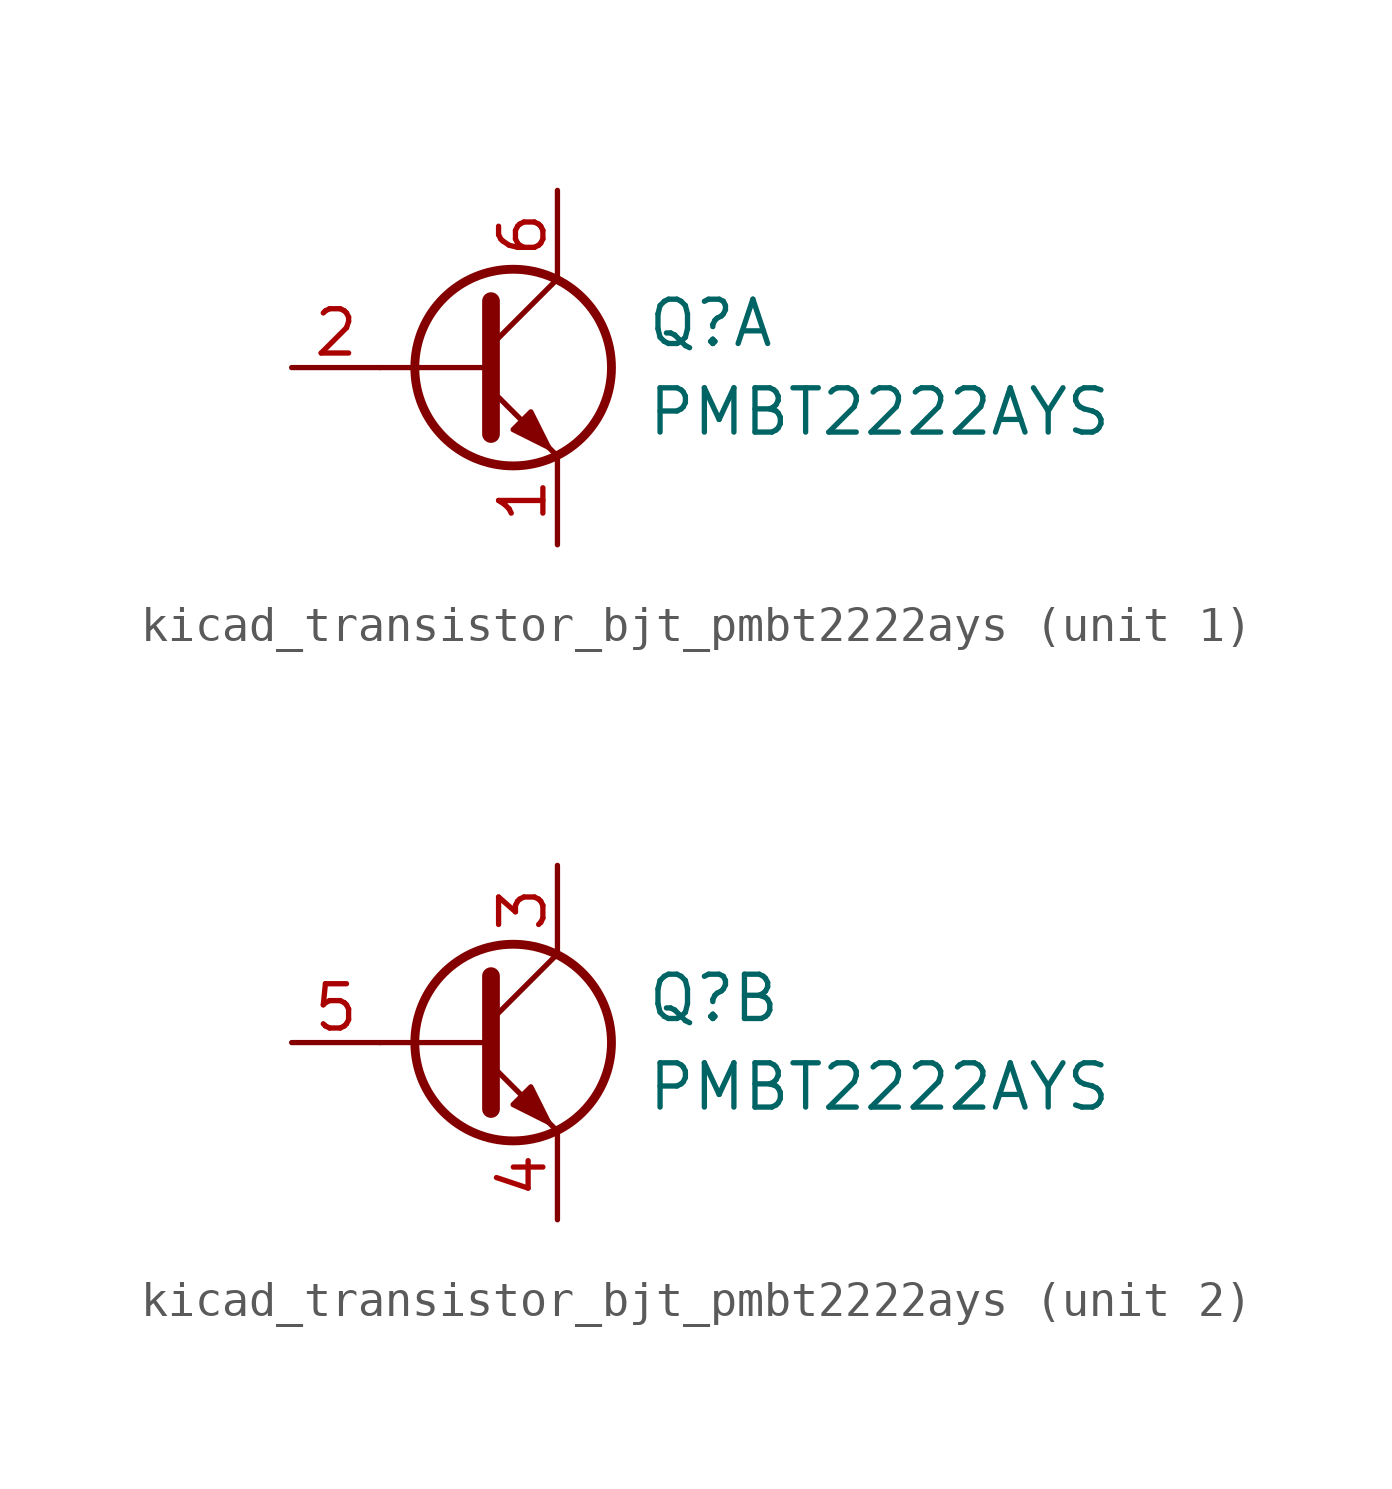
<source format=kicad_sym>
(kicad_symbol_lib
  (version 20220914)
  (generator kicad_symbol_editor)
  (symbol "kicad_transistor_bjt_pmbt2222ays"
    (pin_names
      (offset 0) hide)
    (property "Reference" "Q"
      (at 5.08 1.27 0)
      (effects (font (size 1.27 1.27)) (justify left)))
    (property "Value" "PMBT2222AYS"
      (at 5.08 -1.27 0)
      (effects (font (size 1.27 1.27)) (justify left)))
    (property "ki_locked" ""
      (at 0 0 0)
      (effects (font (size 1.27 1.27))))
    (symbol "kicad_transistor_bjt_pmbt2222ays_0_1"
      (polyline (pts (xy 0.635 0) (xy -2.54 0)) (stroke (width 0) (type default)) (fill (type none)))
      (polyline (pts (xy 0.635 0.635) (xy 2.54 2.54)) (stroke (width 0) (type default)) (fill (type none)))
      (polyline (pts (xy 0.635 -0.635) (xy 2.54 -2.54) (xy 2.54 -2.54)) (stroke (width 0) (type default)) (fill (type none)))
      (polyline (pts (xy 0.635 1.905) (xy 0.635 -1.905) (xy 0.635 -1.905)) (stroke (width 0.508) (type default)) (fill (type none)))
      (polyline (pts (xy 1.27 -1.778) (xy 1.778 -1.27) (xy 2.286 -2.286) (xy 1.27 -1.778) (xy 1.27 -1.778)) (stroke (width 0) (type default)) (fill (type outline)))
      (circle (center 1.27 0) (radius 2.819) (stroke (width 0.254) (type default)) (fill (type none))))
    (symbol "kicad_transistor_bjt_pmbt2222ays_1_1"
      (pin passive line (at 2.54 -5.08 90) (length 2.54) (name "E1" (effects (font (size 1.27 1.27)))) (number "1" (effects (font (size 1.27 1.27)))))
      (pin input line (at -5.08 0 0) (length 2.54) (name "B1" (effects (font (size 1.27 1.27)))) (number "2" (effects (font (size 1.27 1.27)))))
      (pin passive line (at 2.54 5.08 270) (length 2.54) (name "C1" (effects (font (size 1.27 1.27)))) (number "6" (effects (font (size 1.27 1.27))))))
    (symbol "kicad_transistor_bjt_pmbt2222ays_2_1"
      (pin passive line (at 2.54 5.08 270) (length 2.54) (name "C2" (effects (font (size 1.27 1.27)))) (number "3" (effects (font (size 1.27 1.27)))))
      (pin passive line (at 2.54 -5.08 90) (length 2.54) (name "E2" (effects (font (size 1.27 1.27)))) (number "4" (effects (font (size 1.27 1.27)))))
      (pin input line (at -5.08 0 0) (length 2.54) (name "B2" (effects (font (size 1.27 1.27)))) (number "5" (effects (font (size 1.27 1.27))))))))
</source>
